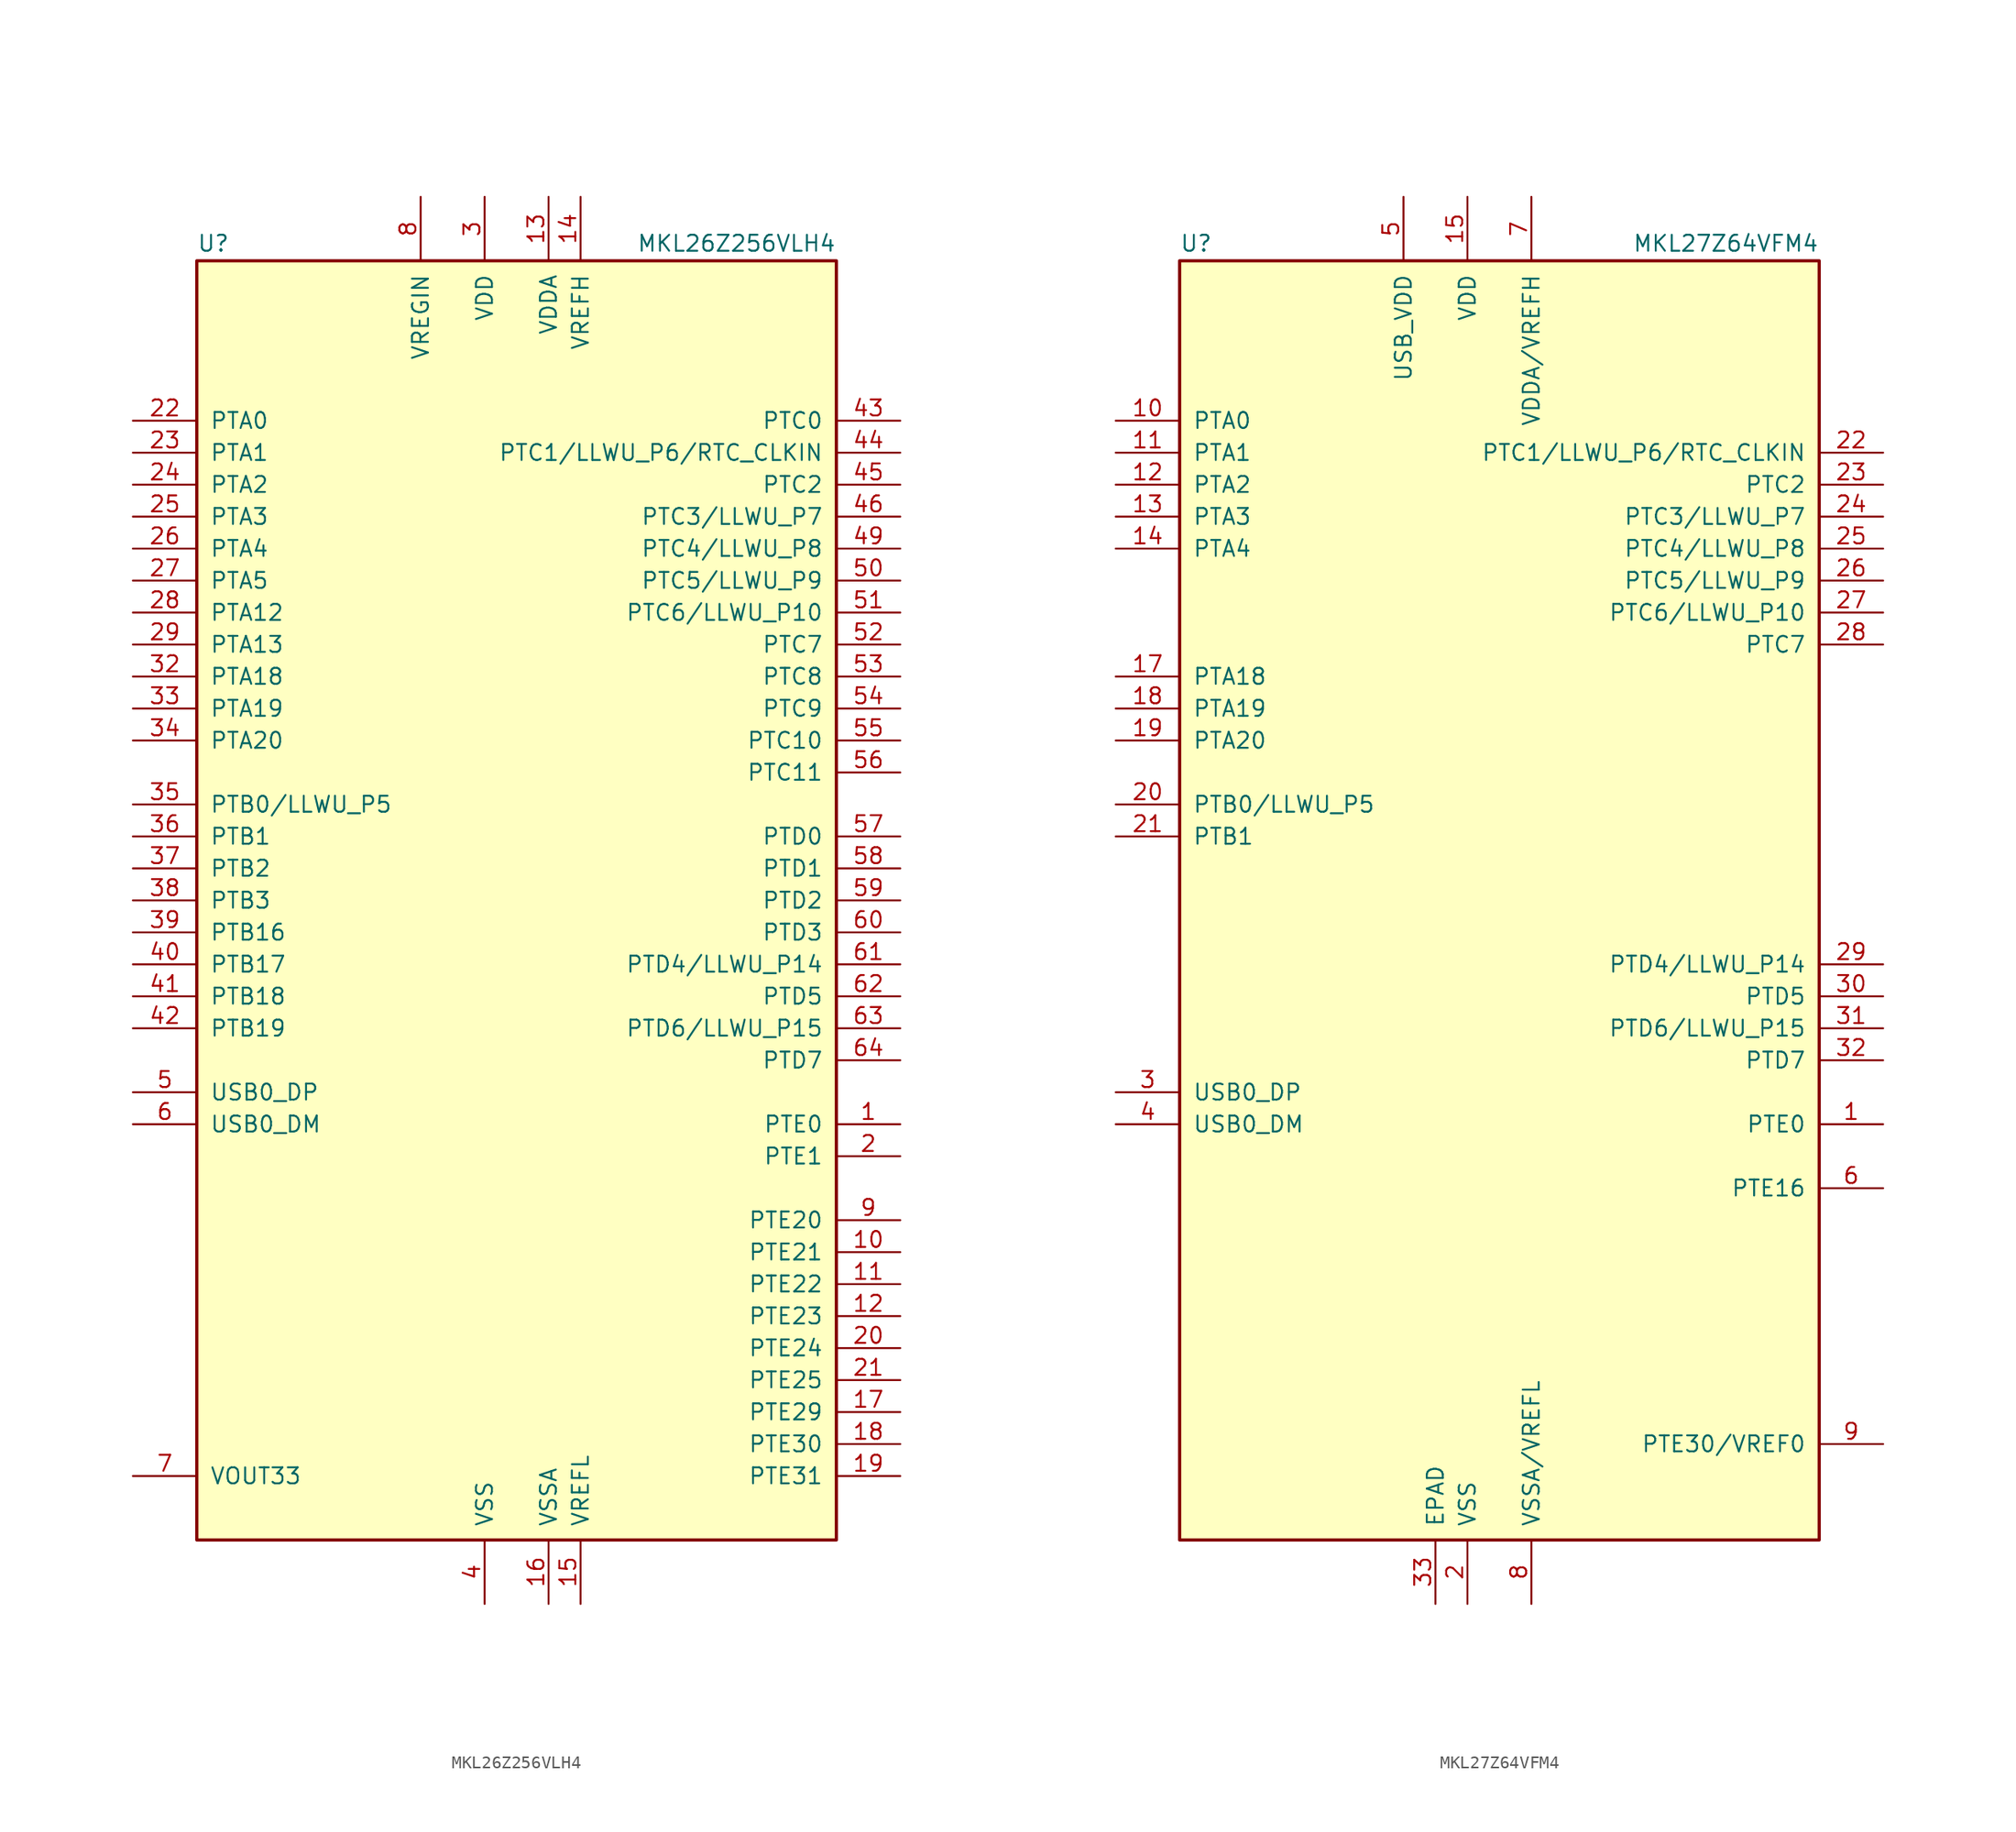
<source format=kicad_sym>
(kicad_symbol_lib
  (version 20241209)
  (generator "kicad_symbol_editor")
  (generator_version "9.0")
  (symbol "MKL26Z256VLH4"
    (pin_names
      (offset 1.016))
    (property "Reference" "U"
      (at -25.4 51.435 0)
      (effects (font (size 1.27 1.27)) (justify left bottom)))
    (property "Value" "MKL26Z256VLH4"
      (at 25.4 51.435 0)
      (effects (font (size 1.27 1.27)) (justify right bottom)))
    (symbol "MKL26Z256VLH4_0_1"
      (rectangle (start -25.4 50.8) (end 25.4 -50.8) (stroke (width 0.254) (type default)) (fill (type background))))
    (symbol "MKL26Z256VLH4_1_1"
      (pin bidirectional line (at -30.48 38.1 0) (length 5.08) (name "PTA0" (effects (font (size 1.27 1.27)))) (number "22" (effects (font (size 1.27 1.27)))))
      (pin bidirectional line (at -30.48 35.56 0) (length 5.08) (name "PTA1" (effects (font (size 1.27 1.27)))) (number "23" (effects (font (size 1.27 1.27)))))
      (pin bidirectional line (at -30.48 33.02 0) (length 5.08) (name "PTA2" (effects (font (size 1.27 1.27)))) (number "24" (effects (font (size 1.27 1.27)))))
      (pin bidirectional line (at -30.48 30.48 0) (length 5.08) (name "PTA3" (effects (font (size 1.27 1.27)))) (number "25" (effects (font (size 1.27 1.27)))))
      (pin bidirectional line (at -30.48 27.94 0) (length 5.08) (name "PTA4" (effects (font (size 1.27 1.27)))) (number "26" (effects (font (size 1.27 1.27)))))
      (pin bidirectional line (at -30.48 25.4 0) (length 5.08) (name "PTA5" (effects (font (size 1.27 1.27)))) (number "27" (effects (font (size 1.27 1.27)))))
      (pin bidirectional line (at -30.48 22.86 0) (length 5.08) (name "PTA12" (effects (font (size 1.27 1.27)))) (number "28" (effects (font (size 1.27 1.27)))))
      (pin bidirectional line (at -30.48 20.32 0) (length 5.08) (name "PTA13" (effects (font (size 1.27 1.27)))) (number "29" (effects (font (size 1.27 1.27)))))
      (pin bidirectional line (at -30.48 17.78 0) (length 5.08) (name "PTA18" (effects (font (size 1.27 1.27)))) (number "32" (effects (font (size 1.27 1.27)))))
      (pin bidirectional line (at -30.48 15.24 0) (length 5.08) (name "PTA19" (effects (font (size 1.27 1.27)))) (number "33" (effects (font (size 1.27 1.27)))))
      (pin bidirectional line (at -30.48 12.7 0) (length 5.08) (name "PTA20" (effects (font (size 1.27 1.27)))) (number "34" (effects (font (size 1.27 1.27)))))
      (pin bidirectional line (at -30.48 7.62 0) (length 5.08) (name "PTB0/LLWU_P5" (effects (font (size 1.27 1.27)))) (number "35" (effects (font (size 1.27 1.27)))))
      (pin bidirectional line (at -30.48 5.08 0) (length 5.08) (name "PTB1" (effects (font (size 1.27 1.27)))) (number "36" (effects (font (size 1.27 1.27)))))
      (pin bidirectional line (at -30.48 2.54 0) (length 5.08) (name "PTB2" (effects (font (size 1.27 1.27)))) (number "37" (effects (font (size 1.27 1.27)))))
      (pin bidirectional line (at -30.48 0 0) (length 5.08) (name "PTB3" (effects (font (size 1.27 1.27)))) (number "38" (effects (font (size 1.27 1.27)))))
      (pin bidirectional line (at -30.48 -2.54 0) (length 5.08) (name "PTB16" (effects (font (size 1.27 1.27)))) (number "39" (effects (font (size 1.27 1.27)))))
      (pin bidirectional line (at -30.48 -5.08 0) (length 5.08) (name "PTB17" (effects (font (size 1.27 1.27)))) (number "40" (effects (font (size 1.27 1.27)))))
      (pin bidirectional line (at -30.48 -7.62 0) (length 5.08) (name "PTB18" (effects (font (size 1.27 1.27)))) (number "41" (effects (font (size 1.27 1.27)))))
      (pin bidirectional line (at -30.48 -10.16 0) (length 5.08) (name "PTB19" (effects (font (size 1.27 1.27)))) (number "42" (effects (font (size 1.27 1.27)))))
      (pin bidirectional line (at -30.48 -15.24 0) (length 5.08) (name "USB0_DP" (effects (font (size 1.27 1.27)))) (number "5" (effects (font (size 1.27 1.27)))))
      (pin bidirectional line (at -30.48 -17.78 0) (length 5.08) (name "USB0_DM" (effects (font (size 1.27 1.27)))) (number "6" (effects (font (size 1.27 1.27)))))
      (pin power_out line (at -30.48 -45.72 0) (length 5.08) (name "VOUT33" (effects (font (size 1.27 1.27)))) (number "7" (effects (font (size 1.27 1.27)))))
      (pin power_in line (at -7.62 55.88 270) (length 5.08) (name "VREGIN" (effects (font (size 1.27 1.27)))) (number "8" (effects (font (size 1.27 1.27)))))
      (pin power_in line (at -2.54 55.88 270) (length 5.08) (name "VDD" (effects (font (size 1.27 1.27)))) (number "3" (effects (font (size 1.27 1.27)))))
      (pin passive line (at -2.54 55.88 270) (length 5.08) (hide yes) (name "VDD" (effects (font (size 1.27 1.27)))) (number "30" (effects (font (size 1.27 1.27)))))
      (pin passive line (at -2.54 55.88 270) (length 5.08) (hide yes) (name "VDD" (effects (font (size 1.27 1.27)))) (number "48" (effects (font (size 1.27 1.27)))))
      (pin passive line (at -2.54 -55.88 90) (length 5.08) (hide yes) (name "VSS" (effects (font (size 1.27 1.27)))) (number "31" (effects (font (size 1.27 1.27)))))
      (pin power_in line (at -2.54 -55.88 90) (length 5.08) (name "VSS" (effects (font (size 1.27 1.27)))) (number "4" (effects (font (size 1.27 1.27)))))
      (pin passive line (at -2.54 -55.88 90) (length 5.08) (hide yes) (name "VSS" (effects (font (size 1.27 1.27)))) (number "47" (effects (font (size 1.27 1.27)))))
      (pin power_in line (at 2.54 55.88 270) (length 5.08) (name "VDDA" (effects (font (size 1.27 1.27)))) (number "13" (effects (font (size 1.27 1.27)))))
      (pin power_in line (at 2.54 -55.88 90) (length 5.08) (name "VSSA" (effects (font (size 1.27 1.27)))) (number "16" (effects (font (size 1.27 1.27)))))
      (pin power_in line (at 5.08 55.88 270) (length 5.08) (name "VREFH" (effects (font (size 1.27 1.27)))) (number "14" (effects (font (size 1.27 1.27)))))
      (pin power_in line (at 5.08 -55.88 90) (length 5.08) (name "VREFL" (effects (font (size 1.27 1.27)))) (number "15" (effects (font (size 1.27 1.27)))))
      (pin bidirectional line (at 30.48 38.1 180) (length 5.08) (name "PTC0" (effects (font (size 1.27 1.27)))) (number "43" (effects (font (size 1.27 1.27)))))
      (pin bidirectional line (at 30.48 35.56 180) (length 5.08) (name "PTC1/LLWU_P6/RTC_CLKIN" (effects (font (size 1.27 1.27)))) (number "44" (effects (font (size 1.27 1.27)))))
      (pin bidirectional line (at 30.48 33.02 180) (length 5.08) (name "PTC2" (effects (font (size 1.27 1.27)))) (number "45" (effects (font (size 1.27 1.27)))))
      (pin bidirectional line (at 30.48 30.48 180) (length 5.08) (name "PTC3/LLWU_P7" (effects (font (size 1.27 1.27)))) (number "46" (effects (font (size 1.27 1.27)))))
      (pin bidirectional line (at 30.48 27.94 180) (length 5.08) (name "PTC4/LLWU_P8" (effects (font (size 1.27 1.27)))) (number "49" (effects (font (size 1.27 1.27)))))
      (pin bidirectional line (at 30.48 25.4 180) (length 5.08) (name "PTC5/LLWU_P9" (effects (font (size 1.27 1.27)))) (number "50" (effects (font (size 1.27 1.27)))))
      (pin bidirectional line (at 30.48 22.86 180) (length 5.08) (name "PTC6/LLWU_P10" (effects (font (size 1.27 1.27)))) (number "51" (effects (font (size 1.27 1.27)))))
      (pin bidirectional line (at 30.48 20.32 180) (length 5.08) (name "PTC7" (effects (font (size 1.27 1.27)))) (number "52" (effects (font (size 1.27 1.27)))))
      (pin bidirectional line (at 30.48 17.78 180) (length 5.08) (name "PTC8" (effects (font (size 1.27 1.27)))) (number "53" (effects (font (size 1.27 1.27)))))
      (pin bidirectional line (at 30.48 15.24 180) (length 5.08) (name "PTC9" (effects (font (size 1.27 1.27)))) (number "54" (effects (font (size 1.27 1.27)))))
      (pin bidirectional line (at 30.48 12.7 180) (length 5.08) (name "PTC10" (effects (font (size 1.27 1.27)))) (number "55" (effects (font (size 1.27 1.27)))))
      (pin bidirectional line (at 30.48 10.16 180) (length 5.08) (name "PTC11" (effects (font (size 1.27 1.27)))) (number "56" (effects (font (size 1.27 1.27)))))
      (pin bidirectional line (at 30.48 5.08 180) (length 5.08) (name "PTD0" (effects (font (size 1.27 1.27)))) (number "57" (effects (font (size 1.27 1.27)))))
      (pin bidirectional line (at 30.48 2.54 180) (length 5.08) (name "PTD1" (effects (font (size 1.27 1.27)))) (number "58" (effects (font (size 1.27 1.27)))))
      (pin bidirectional line (at 30.48 0 180) (length 5.08) (name "PTD2" (effects (font (size 1.27 1.27)))) (number "59" (effects (font (size 1.27 1.27)))))
      (pin bidirectional line (at 30.48 -2.54 180) (length 5.08) (name "PTD3" (effects (font (size 1.27 1.27)))) (number "60" (effects (font (size 1.27 1.27)))))
      (pin bidirectional line (at 30.48 -5.08 180) (length 5.08) (name "PTD4/LLWU_P14" (effects (font (size 1.27 1.27)))) (number "61" (effects (font (size 1.27 1.27)))))
      (pin bidirectional line (at 30.48 -7.62 180) (length 5.08) (name "PTD5" (effects (font (size 1.27 1.27)))) (number "62" (effects (font (size 1.27 1.27)))))
      (pin bidirectional line (at 30.48 -10.16 180) (length 5.08) (name "PTD6/LLWU_P15" (effects (font (size 1.27 1.27)))) (number "63" (effects (font (size 1.27 1.27)))))
      (pin bidirectional line (at 30.48 -12.7 180) (length 5.08) (name "PTD7" (effects (font (size 1.27 1.27)))) (number "64" (effects (font (size 1.27 1.27)))))
      (pin bidirectional line (at 30.48 -17.78 180) (length 5.08) (name "PTE0" (effects (font (size 1.27 1.27)))) (number "1" (effects (font (size 1.27 1.27)))))
      (pin bidirectional line (at 30.48 -20.32 180) (length 5.08) (name "PTE1" (effects (font (size 1.27 1.27)))) (number "2" (effects (font (size 1.27 1.27)))))
      (pin bidirectional line (at 30.48 -25.4 180) (length 5.08) (name "PTE20" (effects (font (size 1.27 1.27)))) (number "9" (effects (font (size 1.27 1.27)))))
      (pin bidirectional line (at 30.48 -27.94 180) (length 5.08) (name "PTE21" (effects (font (size 1.27 1.27)))) (number "10" (effects (font (size 1.27 1.27)))))
      (pin bidirectional line (at 30.48 -30.48 180) (length 5.08) (name "PTE22" (effects (font (size 1.27 1.27)))) (number "11" (effects (font (size 1.27 1.27)))))
      (pin bidirectional line (at 30.48 -33.02 180) (length 5.08) (name "PTE23" (effects (font (size 1.27 1.27)))) (number "12" (effects (font (size 1.27 1.27)))))
      (pin bidirectional line (at 30.48 -35.56 180) (length 5.08) (name "PTE24" (effects (font (size 1.27 1.27)))) (number "20" (effects (font (size 1.27 1.27)))))
      (pin bidirectional line (at 30.48 -38.1 180) (length 5.08) (name "PTE25" (effects (font (size 1.27 1.27)))) (number "21" (effects (font (size 1.27 1.27)))))
      (pin bidirectional line (at 30.48 -40.64 180) (length 5.08) (name "PTE29" (effects (font (size 1.27 1.27)))) (number "17" (effects (font (size 1.27 1.27)))))
      (pin bidirectional line (at 30.48 -43.18 180) (length 5.08) (name "PTE30" (effects (font (size 1.27 1.27)))) (number "18" (effects (font (size 1.27 1.27)))))
      (pin bidirectional line (at 30.48 -45.72 180) (length 5.08) (name "PTE31" (effects (font (size 1.27 1.27)))) (number "19" (effects (font (size 1.27 1.27)))))))
  (symbol "MKL27Z64VFM4"
    (pin_names
      (offset 1.016))
    (property "Reference" "U"
      (at -25.4 51.435 0)
      (effects (font (size 1.27 1.27)) (justify left bottom)))
    (property "Value" "MKL27Z64VFM4"
      (at 25.4 51.435 0)
      (effects (font (size 1.27 1.27)) (justify right bottom)))
    (symbol "MKL27Z64VFM4_0_1"
      (rectangle (start -25.4 50.8) (end 25.4 -50.8) (stroke (width 0.254) (type default)) (fill (type background))))
    (symbol "MKL27Z64VFM4_1_1"
      (pin bidirectional line (at -30.48 38.1 0) (length 5.08) (name "PTA0" (effects (font (size 1.27 1.27)))) (number "10" (effects (font (size 1.27 1.27)))))
      (pin bidirectional line (at -30.48 35.56 0) (length 5.08) (name "PTA1" (effects (font (size 1.27 1.27)))) (number "11" (effects (font (size 1.27 1.27)))))
      (pin bidirectional line (at -30.48 33.02 0) (length 5.08) (name "PTA2" (effects (font (size 1.27 1.27)))) (number "12" (effects (font (size 1.27 1.27)))))
      (pin bidirectional line (at -30.48 30.48 0) (length 5.08) (name "PTA3" (effects (font (size 1.27 1.27)))) (number "13" (effects (font (size 1.27 1.27)))))
      (pin bidirectional line (at -30.48 27.94 0) (length 5.08) (name "PTA4" (effects (font (size 1.27 1.27)))) (number "14" (effects (font (size 1.27 1.27)))))
      (pin bidirectional line (at -30.48 17.78 0) (length 5.08) (name "PTA18" (effects (font (size 1.27 1.27)))) (number "17" (effects (font (size 1.27 1.27)))))
      (pin bidirectional line (at -30.48 15.24 0) (length 5.08) (name "PTA19" (effects (font (size 1.27 1.27)))) (number "18" (effects (font (size 1.27 1.27)))))
      (pin bidirectional line (at -30.48 12.7 0) (length 5.08) (name "PTA20" (effects (font (size 1.27 1.27)))) (number "19" (effects (font (size 1.27 1.27)))))
      (pin bidirectional line (at -30.48 7.62 0) (length 5.08) (name "PTB0/LLWU_P5" (effects (font (size 1.27 1.27)))) (number "20" (effects (font (size 1.27 1.27)))))
      (pin bidirectional line (at -30.48 5.08 0) (length 5.08) (name "PTB1" (effects (font (size 1.27 1.27)))) (number "21" (effects (font (size 1.27 1.27)))))
      (pin bidirectional line (at -30.48 -15.24 0) (length 5.08) (name "USB0_DP" (effects (font (size 1.27 1.27)))) (number "3" (effects (font (size 1.27 1.27)))))
      (pin bidirectional line (at -30.48 -17.78 0) (length 5.08) (name "USB0_DM" (effects (font (size 1.27 1.27)))) (number "4" (effects (font (size 1.27 1.27)))))
      (pin power_in line (at -7.62 55.88 270) (length 5.08) (name "USB_VDD" (effects (font (size 1.27 1.27)))) (number "5" (effects (font (size 1.27 1.27)))))
      (pin power_in line (at -5.08 -55.88 90) (length 5.08) (name "EPAD" (effects (font (size 1.27 1.27)))) (number "33" (effects (font (size 1.27 1.27)))))
      (pin power_in line (at -2.54 55.88 270) (length 5.08) (name "VDD" (effects (font (size 1.27 1.27)))) (number "15" (effects (font (size 1.27 1.27)))))
      (pin passive line (at -2.54 -55.88 90) (length 5.08) (hide yes) (name "VSS" (effects (font (size 1.27 1.27)))) (number "16" (effects (font (size 1.27 1.27)))))
      (pin power_in line (at -2.54 -55.88 90) (length 5.08) (name "VSS" (effects (font (size 1.27 1.27)))) (number "2" (effects (font (size 1.27 1.27)))))
      (pin power_in line (at 2.54 55.88 270) (length 5.08) (name "VDDA/VREFH" (effects (font (size 1.27 1.27)))) (number "7" (effects (font (size 1.27 1.27)))))
      (pin power_in line (at 2.54 -55.88 90) (length 5.08) (name "VSSA/VREFL" (effects (font (size 1.27 1.27)))) (number "8" (effects (font (size 1.27 1.27)))))
      (pin bidirectional line (at 30.48 35.56 180) (length 5.08) (name "PTC1/LLWU_P6/RTC_CLKIN" (effects (font (size 1.27 1.27)))) (number "22" (effects (font (size 1.27 1.27)))))
      (pin bidirectional line (at 30.48 33.02 180) (length 5.08) (name "PTC2" (effects (font (size 1.27 1.27)))) (number "23" (effects (font (size 1.27 1.27)))))
      (pin bidirectional line (at 30.48 30.48 180) (length 5.08) (name "PTC3/LLWU_P7" (effects (font (size 1.27 1.27)))) (number "24" (effects (font (size 1.27 1.27)))))
      (pin bidirectional line (at 30.48 27.94 180) (length 5.08) (name "PTC4/LLWU_P8" (effects (font (size 1.27 1.27)))) (number "25" (effects (font (size 1.27 1.27)))))
      (pin bidirectional line (at 30.48 25.4 180) (length 5.08) (name "PTC5/LLWU_P9" (effects (font (size 1.27 1.27)))) (number "26" (effects (font (size 1.27 1.27)))))
      (pin bidirectional line (at 30.48 22.86 180) (length 5.08) (name "PTC6/LLWU_P10" (effects (font (size 1.27 1.27)))) (number "27" (effects (font (size 1.27 1.27)))))
      (pin bidirectional line (at 30.48 20.32 180) (length 5.08) (name "PTC7" (effects (font (size 1.27 1.27)))) (number "28" (effects (font (size 1.27 1.27)))))
      (pin bidirectional line (at 30.48 -5.08 180) (length 5.08) (name "PTD4/LLWU_P14" (effects (font (size 1.27 1.27)))) (number "29" (effects (font (size 1.27 1.27)))))
      (pin bidirectional line (at 30.48 -7.62 180) (length 5.08) (name "PTD5" (effects (font (size 1.27 1.27)))) (number "30" (effects (font (size 1.27 1.27)))))
      (pin bidirectional line (at 30.48 -10.16 180) (length 5.08) (name "PTD6/LLWU_P15" (effects (font (size 1.27 1.27)))) (number "31" (effects (font (size 1.27 1.27)))))
      (pin bidirectional line (at 30.48 -12.7 180) (length 5.08) (name "PTD7" (effects (font (size 1.27 1.27)))) (number "32" (effects (font (size 1.27 1.27)))))
      (pin bidirectional line (at 30.48 -17.78 180) (length 5.08) (name "PTE0" (effects (font (size 1.27 1.27)))) (number "1" (effects (font (size 1.27 1.27)))))
      (pin bidirectional line (at 30.48 -22.86 180) (length 5.08) (name "PTE16" (effects (font (size 1.27 1.27)))) (number "6" (effects (font (size 1.27 1.27)))))
      (pin bidirectional line (at 30.48 -43.18 180) (length 5.08) (name "PTE30/VREF0" (effects (font (size 1.27 1.27)))) (number "9" (effects (font (size 1.27 1.27))))))))
</source>
